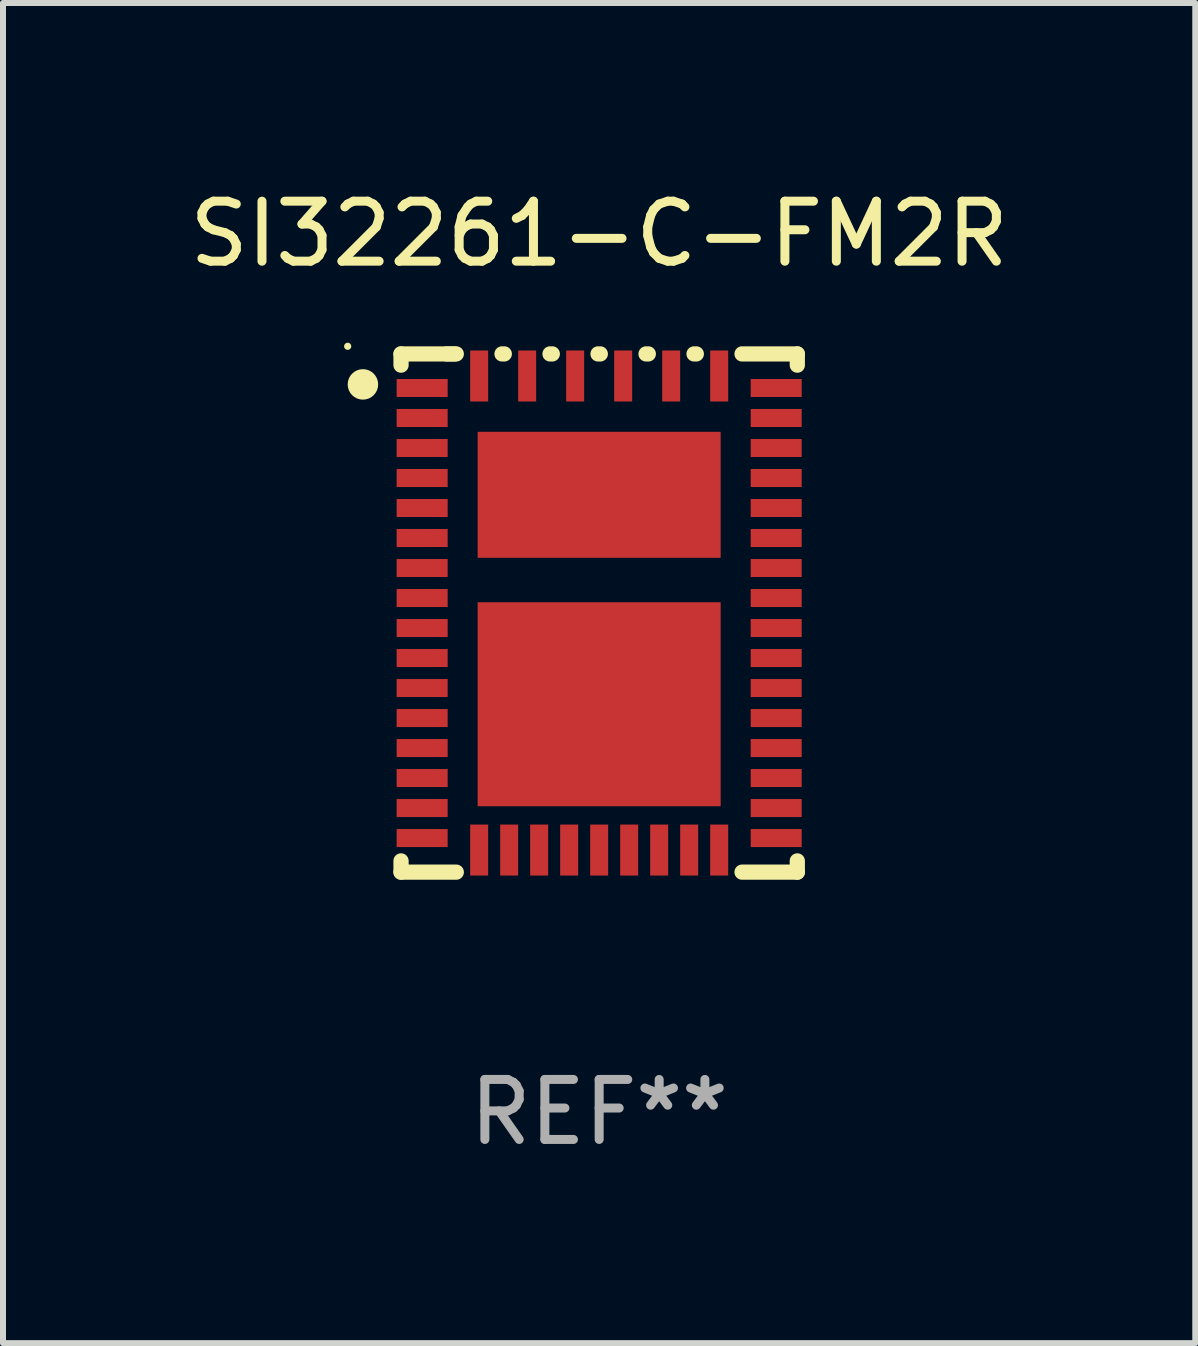
<source format=kicad_pcb>
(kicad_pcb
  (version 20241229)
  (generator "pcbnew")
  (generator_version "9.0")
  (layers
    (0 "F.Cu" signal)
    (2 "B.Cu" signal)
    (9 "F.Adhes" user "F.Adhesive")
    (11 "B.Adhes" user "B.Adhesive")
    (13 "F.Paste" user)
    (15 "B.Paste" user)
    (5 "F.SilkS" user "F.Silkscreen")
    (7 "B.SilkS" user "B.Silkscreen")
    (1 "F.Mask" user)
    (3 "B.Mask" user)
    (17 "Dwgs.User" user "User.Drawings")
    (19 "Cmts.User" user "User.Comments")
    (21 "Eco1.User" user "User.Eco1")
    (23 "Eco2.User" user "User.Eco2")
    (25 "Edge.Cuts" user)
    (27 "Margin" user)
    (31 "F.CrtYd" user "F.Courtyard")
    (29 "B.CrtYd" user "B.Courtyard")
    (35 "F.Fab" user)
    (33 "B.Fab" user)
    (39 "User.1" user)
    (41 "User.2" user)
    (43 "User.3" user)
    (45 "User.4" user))
  (footprint "SI32261-C-FM2R"
    (layer "F.Cu")
    (at 6.935 7.166)
    (property "Reference" "SI32261-C-FM2R" (at 0 -6.318 0) (layer "F.SilkS") (effects (font (size 1 1) (thickness 0.15))))
    (attr through_hole)
    (fp_line (start -3.302 -4.318) (end -3.302 -4.131) (stroke (width 0.254) (type solid)) (layer "F.SilkS"))
    (fp_line (start -3.302 4.131) (end -3.302 4.318) (stroke (width 0.254) (type solid)) (layer "F.SilkS"))
    (fp_line (start -3.302 4.318) (end -2.381 4.318) (stroke (width 0.254) (type solid)) (layer "F.SilkS"))
    (fp_line (start -2.413 -4.318) (end -3.302 -4.318) (stroke (width 0.254) (type solid)) (layer "F.SilkS"))
    (fp_line (start -2.381 -4.318) (end -2.54 -4.318) (stroke (width 0.254) (type solid)) (layer "F.SilkS"))
    (fp_line (start -1.581 -4.318) (end -1.619 -4.318) (stroke (width 0.254) (type solid)) (layer "F.SilkS"))
    (fp_line (start -0.781 -4.318) (end -0.819 -4.318) (stroke (width 0.254) (type solid)) (layer "F.SilkS"))
    (fp_line (start 0.019 -4.318) (end -0.019 -4.318) (stroke (width 0.254) (type solid)) (layer "F.SilkS"))
    (fp_line (start 0.819 -4.318) (end 0.781 -4.318) (stroke (width 0.254) (type solid)) (layer "F.SilkS"))
    (fp_line (start 1.619 -4.318) (end 1.581 -4.318) (stroke (width 0.254) (type solid)) (layer "F.SilkS"))
    (fp_line (start 2.381 4.318) (end 3.302 4.318) (stroke (width 0.254) (type solid)) (layer "F.SilkS"))
    (fp_line (start 3.302 -4.318) (end 2.381 -4.318) (stroke (width 0.254) (type solid)) (layer "F.SilkS"))
    (fp_line (start 3.302 -4.131) (end 3.302 -4.318) (stroke (width 0.254) (type solid)) (layer "F.SilkS"))
    (fp_line (start 3.302 4.318) (end 3.302 4.131) (stroke (width 0.254) (type solid)) (layer "F.SilkS"))
    (fp_circle (center -4.191 -4.445) (end -4.161 -4.445) (stroke (width 0.06) (type solid)) (fill no) (layer "F.SilkS"))
    (fp_circle (center -3.937 -3.81) (end -3.81 -3.81) (stroke (width 0.254) (type solid)) (fill no) (layer "F.SilkS"))
    (fp_text user "REF**" (at 0 8.318 0) (layer "F.Fab") (effects (font (size 1 1) (thickness 0.15))))
    (pad "1" smd rect (at -2.95 -3.75) (size 0.85 0.3) (layers "F.Cu" "F.Mask" "F.Paste"))
    (pad "2" smd rect (at -2.95 -3.25) (size 0.85 0.3) (layers "F.Cu" "F.Mask" "F.Paste"))
    (pad "3" smd rect (at -2.95 -2.75) (size 0.85 0.3) (layers "F.Cu" "F.Mask" "F.Paste"))
    (pad "4" smd rect (at -2.95 -2.25) (size 0.85 0.3) (layers "F.Cu" "F.Mask" "F.Paste"))
    (pad "5" smd rect (at -2.95 -1.75) (size 0.85 0.3) (layers "F.Cu" "F.Mask" "F.Paste"))
    (pad "6" smd rect (at -2.95 -1.25) (size 0.85 0.3) (layers "F.Cu" "F.Mask" "F.Paste"))
    (pad "7" smd rect (at -2.95 -0.75) (size 0.85 0.3) (layers "F.Cu" "F.Mask" "F.Paste"))
    (pad "8" smd rect (at -2.95 -0.25) (size 0.85 0.3) (layers "F.Cu" "F.Mask" "F.Paste"))
    (pad "9" smd rect (at -2.95 0.25) (size 0.85 0.3) (layers "F.Cu" "F.Mask" "F.Paste"))
    (pad "10" smd rect (at -2.95 0.75) (size 0.85 0.3) (layers "F.Cu" "F.Mask" "F.Paste"))
    (pad "11" smd rect (at -2.95 1.25) (size 0.85 0.3) (layers "F.Cu" "F.Mask" "F.Paste"))
    (pad "12" smd rect (at -2.95 1.75) (size 0.85 0.3) (layers "F.Cu" "F.Mask" "F.Paste"))
    (pad "13" smd rect (at -2.95 2.25) (size 0.85 0.3) (layers "F.Cu" "F.Mask" "F.Paste"))
    (pad "14" smd rect (at -2.95 2.75) (size 0.85 0.3) (layers "F.Cu" "F.Mask" "F.Paste"))
    (pad "15" smd rect (at -2.95 3.25) (size 0.85 0.3) (layers "F.Cu" "F.Mask" "F.Paste"))
    (pad "16" smd rect (at -2.95 3.75) (size 0.85 0.3) (layers "F.Cu" "F.Mask" "F.Paste"))
    (pad "17" smd rect (at -2 3.95 90) (size 0.85 0.3) (layers "F.Cu" "F.Mask" "F.Paste"))
    (pad "18" smd rect (at -1.5 3.95 90) (size 0.85 0.3) (layers "F.Cu" "F.Mask" "F.Paste"))
    (pad "19" smd rect (at -1 3.95 90) (size 0.85 0.3) (layers "F.Cu" "F.Mask" "F.Paste"))
    (pad "20" smd rect (at -0.5 3.95 90) (size 0.85 0.3) (layers "F.Cu" "F.Mask" "F.Paste"))
    (pad "21" smd rect (at 0 3.95 90) (size 0.85 0.3) (layers "F.Cu" "F.Mask" "F.Paste"))
    (pad "22" smd rect (at 0.5 3.95 90) (size 0.85 0.3) (layers "F.Cu" "F.Mask" "F.Paste"))
    (pad "23" smd rect (at 1 3.95 90) (size 0.85 0.3) (layers "F.Cu" "F.Mask" "F.Paste"))
    (pad "24" smd rect (at 1.5 3.95 90) (size 0.85 0.3) (layers "F.Cu" "F.Mask" "F.Paste"))
    (pad "25" smd rect (at 2 3.95 90) (size 0.85 0.3) (layers "F.Cu" "F.Mask" "F.Paste"))
    (pad "26" smd rect (at 2.95 3.75 180) (size 0.85 0.3) (layers "F.Cu" "F.Mask" "F.Paste"))
    (pad "27" smd rect (at 2.95 3.25 180) (size 0.85 0.3) (layers "F.Cu" "F.Mask" "F.Paste"))
    (pad "28" smd rect (at 2.95 2.75 180) (size 0.85 0.3) (layers "F.Cu" "F.Mask" "F.Paste"))
    (pad "29" smd rect (at 2.95 2.25 180) (size 0.85 0.3) (layers "F.Cu" "F.Mask" "F.Paste"))
    (pad "30" smd rect (at 2.95 1.75 180) (size 0.85 0.3) (layers "F.Cu" "F.Mask" "F.Paste"))
    (pad "31" smd rect (at 2.95 1.25 180) (size 0.85 0.3) (layers "F.Cu" "F.Mask" "F.Paste"))
    (pad "32" smd rect (at 2.95 0.75 180) (size 0.85 0.3) (layers "F.Cu" "F.Mask" "F.Paste"))
    (pad "33" smd rect (at 2.95 0.25 180) (size 0.85 0.3) (layers "F.Cu" "F.Mask" "F.Paste"))
    (pad "34" smd rect (at 2.95 -0.25 180) (size 0.85 0.3) (layers "F.Cu" "F.Mask" "F.Paste"))
    (pad "35" smd rect (at 2.95 -0.75 180) (size 0.85 0.3) (layers "F.Cu" "F.Mask" "F.Paste"))
    (pad "36" smd rect (at 2.95 -1.25 180) (size 0.85 0.3) (layers "F.Cu" "F.Mask" "F.Paste"))
    (pad "37" smd rect (at 2.95 -1.75 180) (size 0.85 0.3) (layers "F.Cu" "F.Mask" "F.Paste"))
    (pad "38" smd rect (at 2.95 -2.25 180) (size 0.85 0.3) (layers "F.Cu" "F.Mask" "F.Paste"))
    (pad "39" smd rect (at 2.95 -2.75 180) (size 0.85 0.3) (layers "F.Cu" "F.Mask" "F.Paste"))
    (pad "40" smd rect (at 2.95 -3.25 180) (size 0.85 0.3) (layers "F.Cu" "F.Mask" "F.Paste"))
    (pad "41" smd rect (at 2.95 -3.75 180) (size 0.85 0.3) (layers "F.Cu" "F.Mask" "F.Paste"))
    (pad "42" smd rect (at 2 -3.95 270) (size 0.85 0.3) (layers "F.Cu" "F.Mask" "F.Paste"))
    (pad "43" smd rect (at 1.2 -3.95 270) (size 0.85 0.3) (layers "F.Cu" "F.Mask" "F.Paste"))
    (pad "44" smd rect (at 0.4 -3.95 270) (size 0.85 0.3) (layers "F.Cu" "F.Mask" "F.Paste"))
    (pad "45" smd rect (at -0.4 -3.95 270) (size 0.85 0.3) (layers "F.Cu" "F.Mask" "F.Paste"))
    (pad "46" smd rect (at -1.2 -3.95 270) (size 0.85 0.3) (layers "F.Cu" "F.Mask" "F.Paste"))
    (pad "47" smd rect (at -2 -3.95 270) (size 0.85 0.3) (layers "F.Cu" "F.Mask" "F.Paste"))
    (pad "48" smd rect (at 0 -1.97 270) (size 2.1 4.05) (layers "F.Cu" "F.Mask" "F.Paste"))
    (pad "49" smd rect (at 0 1.52 270) (size 3.4 4.05) (layers "F.Cu" "F.Mask" "F.Paste")))
  (gr_rect
    (start -3 -3)
    (end 16.869 19.333)
    (stroke (width 0.1) (type default))
    (fill no)
    (layer "Edge.Cuts")))
</source>
